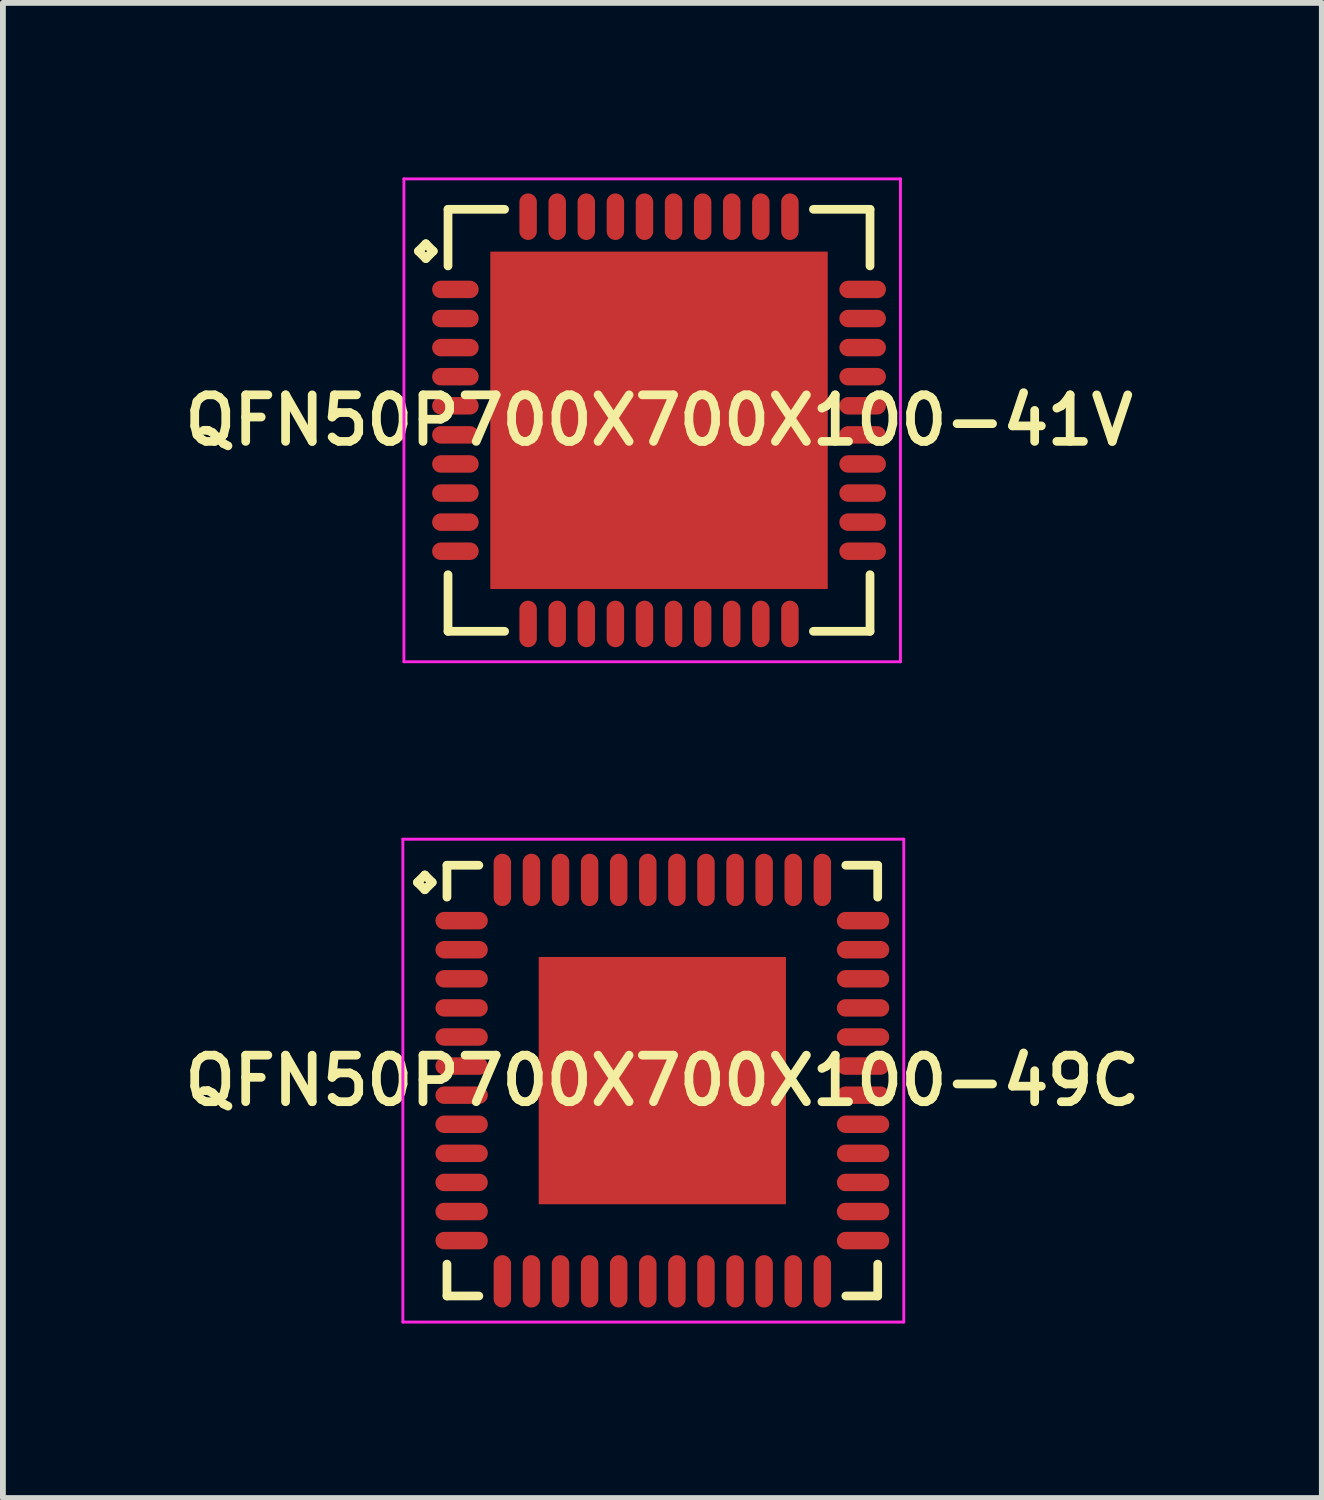
<source format=kicad_pcb>
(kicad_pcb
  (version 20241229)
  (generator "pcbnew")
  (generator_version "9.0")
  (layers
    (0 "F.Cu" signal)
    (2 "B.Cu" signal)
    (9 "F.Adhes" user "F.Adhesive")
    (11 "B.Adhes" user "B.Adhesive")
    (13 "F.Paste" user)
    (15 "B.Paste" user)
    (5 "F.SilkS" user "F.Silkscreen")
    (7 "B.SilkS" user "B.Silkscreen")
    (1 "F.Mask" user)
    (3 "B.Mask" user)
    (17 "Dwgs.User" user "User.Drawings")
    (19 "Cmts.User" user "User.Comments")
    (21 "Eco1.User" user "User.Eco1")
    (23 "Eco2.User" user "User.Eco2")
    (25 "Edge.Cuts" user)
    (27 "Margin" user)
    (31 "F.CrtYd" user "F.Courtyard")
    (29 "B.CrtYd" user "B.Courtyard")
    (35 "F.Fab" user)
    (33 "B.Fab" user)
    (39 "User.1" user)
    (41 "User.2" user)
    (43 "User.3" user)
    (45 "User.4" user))
  (footprint "QFN50P700X700X100-49C"
    (layer "F.Cu")
    (at 8.335 15.525)
    (property "Reference" "QFN50P700X700X100-49C" (at 0 0 0) (layer "F.SilkS") (effects (font (size 0.8 0.8) (thickness 0.15))))
    (attr smd)
    (fp_line (start -4.21 -3.408) (end -4.083 -3.535) (stroke (width 0.15) (type solid)) (layer "F.SilkS"))
    (fp_line (start -4.083 -3.535) (end -3.956 -3.408) (stroke (width 0.15) (type solid)) (layer "F.SilkS"))
    (fp_line (start -4.083 -3.281) (end -4.21 -3.408) (stroke (width 0.15) (type solid)) (layer "F.SilkS"))
    (fp_line (start -3.956 -3.408) (end -4.083 -3.281) (stroke (width 0.15) (type solid)) (layer "F.SilkS"))
    (fp_line (start -3.702 -3.702) (end -3.154 -3.702) (stroke (width 0.15) (type solid)) (layer "F.SilkS"))
    (fp_line (start -3.702 -3.154) (end -3.702 -3.702) (stroke (width 0.15) (type solid)) (layer "F.SilkS"))
    (fp_line (start -3.702 3.154) (end -3.702 3.702) (stroke (width 0.15) (type solid)) (layer "F.SilkS"))
    (fp_line (start -3.702 3.702) (end -3.154 3.702) (stroke (width 0.15) (type solid)) (layer "F.SilkS"))
    (fp_line (start 3.154 -3.702) (end 3.702 -3.702) (stroke (width 0.15) (type solid)) (layer "F.SilkS"))
    (fp_line (start 3.154 3.702) (end 3.702 3.702) (stroke (width 0.15) (type solid)) (layer "F.SilkS"))
    (fp_line (start 3.702 -3.702) (end 3.702 -3.154) (stroke (width 0.15) (type solid)) (layer "F.SilkS"))
    (fp_line (start 3.702 3.702) (end 3.702 3.154) (stroke (width 0.15) (type solid)) (layer "F.SilkS"))
    (fp_line (start -4.46 -4.15) (end 4.15 -4.15) (stroke (width 0.05) (type solid)) (layer "F.CrtYd"))
    (fp_line (start -4.46 4.15) (end -4.46 -4.15) (stroke (width 0.05) (type solid)) (layer "F.CrtYd"))
    (fp_line (start 4.15 -4.15) (end 4.15 4.15) (stroke (width 0.05) (type solid)) (layer "F.CrtYd"))
    (fp_line (start 4.15 4.15) (end -4.46 4.15) (stroke (width 0.05) (type solid)) (layer "F.CrtYd"))
    (pad "1" smd oval (at -3.45 -2.75) (size 0.9 0.3) (layers "F.Cu" "F.Mask" "F.Paste"))
    (pad "2" smd oval (at -3.45 -2.25) (size 0.9 0.3) (layers "F.Cu" "F.Mask" "F.Paste"))
    (pad "3" smd oval (at -3.45 -1.75) (size 0.9 0.3) (layers "F.Cu" "F.Mask" "F.Paste"))
    (pad "4" smd oval (at -3.45 -1.25) (size 0.9 0.3) (layers "F.Cu" "F.Mask" "F.Paste"))
    (pad "5" smd oval (at -3.45 -0.75) (size 0.9 0.3) (layers "F.Cu" "F.Mask" "F.Paste"))
    (pad "6" smd oval (at -3.45 -0.25) (size 0.9 0.3) (layers "F.Cu" "F.Mask" "F.Paste"))
    (pad "7" smd oval (at -3.45 0.25) (size 0.9 0.3) (layers "F.Cu" "F.Mask" "F.Paste"))
    (pad "8" smd oval (at -3.45 0.75) (size 0.9 0.3) (layers "F.Cu" "F.Mask" "F.Paste"))
    (pad "9" smd oval (at -3.45 1.25) (size 0.9 0.3) (layers "F.Cu" "F.Mask" "F.Paste"))
    (pad "10" smd oval (at -3.45 1.75) (size 0.9 0.3) (layers "F.Cu" "F.Mask" "F.Paste"))
    (pad "11" smd oval (at -3.45 2.25) (size 0.9 0.3) (layers "F.Cu" "F.Mask" "F.Paste"))
    (pad "12" smd oval (at -3.45 2.75) (size 0.9 0.3) (layers "F.Cu" "F.Mask" "F.Paste"))
    (pad "13" smd oval (at -2.75 3.45) (size 0.3 0.9) (layers "F.Cu" "F.Mask" "F.Paste"))
    (pad "14" smd oval (at -2.25 3.45) (size 0.3 0.9) (layers "F.Cu" "F.Mask" "F.Paste"))
    (pad "15" smd oval (at -1.75 3.45) (size 0.3 0.9) (layers "F.Cu" "F.Mask" "F.Paste"))
    (pad "16" smd oval (at -1.25 3.45) (size 0.3 0.9) (layers "F.Cu" "F.Mask" "F.Paste"))
    (pad "17" smd oval (at -0.75 3.45) (size 0.3 0.9) (layers "F.Cu" "F.Mask" "F.Paste"))
    (pad "18" smd oval (at -0.25 3.45) (size 0.3 0.9) (layers "F.Cu" "F.Mask" "F.Paste"))
    (pad "19" smd oval (at 0.25 3.45) (size 0.3 0.9) (layers "F.Cu" "F.Mask" "F.Paste"))
    (pad "20" smd oval (at 0.75 3.45) (size 0.3 0.9) (layers "F.Cu" "F.Mask" "F.Paste"))
    (pad "21" smd oval (at 1.25 3.45) (size 0.3 0.9) (layers "F.Cu" "F.Mask" "F.Paste"))
    (pad "22" smd oval (at 1.75 3.45) (size 0.3 0.9) (layers "F.Cu" "F.Mask" "F.Paste"))
    (pad "23" smd oval (at 2.25 3.45) (size 0.3 0.9) (layers "F.Cu" "F.Mask" "F.Paste"))
    (pad "24" smd oval (at 2.75 3.45) (size 0.3 0.9) (layers "F.Cu" "F.Mask" "F.Paste"))
    (pad "25" smd oval (at 3.45 2.75) (size 0.9 0.3) (layers "F.Cu" "F.Mask" "F.Paste"))
    (pad "26" smd oval (at 3.45 2.25) (size 0.9 0.3) (layers "F.Cu" "F.Mask" "F.Paste"))
    (pad "27" smd oval (at 3.45 1.75) (size 0.9 0.3) (layers "F.Cu" "F.Mask" "F.Paste"))
    (pad "28" smd oval (at 3.45 1.25) (size 0.9 0.3) (layers "F.Cu" "F.Mask" "F.Paste"))
    (pad "29" smd oval (at 3.45 0.75) (size 0.9 0.3) (layers "F.Cu" "F.Mask" "F.Paste"))
    (pad "30" smd oval (at 3.45 0.25) (size 0.9 0.3) (layers "F.Cu" "F.Mask" "F.Paste"))
    (pad "31" smd oval (at 3.45 -0.25) (size 0.9 0.3) (layers "F.Cu" "F.Mask" "F.Paste"))
    (pad "32" smd oval (at 3.45 -0.75) (size 0.9 0.3) (layers "F.Cu" "F.Mask" "F.Paste"))
    (pad "33" smd oval (at 3.45 -1.25) (size 0.9 0.3) (layers "F.Cu" "F.Mask" "F.Paste"))
    (pad "34" smd oval (at 3.45 -1.75) (size 0.9 0.3) (layers "F.Cu" "F.Mask" "F.Paste"))
    (pad "35" smd oval (at 3.45 -2.25) (size 0.9 0.3) (layers "F.Cu" "F.Mask" "F.Paste"))
    (pad "36" smd oval (at 3.45 -2.75) (size 0.9 0.3) (layers "F.Cu" "F.Mask" "F.Paste"))
    (pad "37" smd oval (at 2.75 -3.45) (size 0.3 0.9) (layers "F.Cu" "F.Mask" "F.Paste"))
    (pad "38" smd oval (at 2.25 -3.45) (size 0.3 0.9) (layers "F.Cu" "F.Mask" "F.Paste"))
    (pad "39" smd oval (at 1.75 -3.45) (size 0.3 0.9) (layers "F.Cu" "F.Mask" "F.Paste"))
    (pad "40" smd oval (at 1.25 -3.45) (size 0.3 0.9) (layers "F.Cu" "F.Mask" "F.Paste"))
    (pad "41" smd oval (at 0.75 -3.45) (size 0.3 0.9) (layers "F.Cu" "F.Mask" "F.Paste"))
    (pad "42" smd oval (at 0.25 -3.45) (size 0.3 0.9) (layers "F.Cu" "F.Mask" "F.Paste"))
    (pad "43" smd oval (at -0.25 -3.45) (size 0.3 0.9) (layers "F.Cu" "F.Mask" "F.Paste"))
    (pad "44" smd oval (at -0.75 -3.45) (size 0.3 0.9) (layers "F.Cu" "F.Mask" "F.Paste"))
    (pad "45" smd oval (at -1.25 -3.45) (size 0.3 0.9) (layers "F.Cu" "F.Mask" "F.Paste"))
    (pad "46" smd oval (at -1.75 -3.45) (size 0.3 0.9) (layers "F.Cu" "F.Mask" "F.Paste"))
    (pad "47" smd oval (at -2.25 -3.45) (size 0.3 0.9) (layers "F.Cu" "F.Mask" "F.Paste"))
    (pad "48" smd oval (at -2.75 -3.45) (size 0.3 0.9) (layers "F.Cu" "F.Mask" "F.Paste"))
    (pad "49" smd rect (at 0 0) (size 4.25 4.25) (layers "F.Cu" "F.Mask" "F.Paste")))
  (footprint "QFN50P700X700X100-41V"
    (layer "F.Cu")
    (at 8.278 4.175)
    (property "Reference" "QFN50P700X700X100-41V" (at 0 0 0) (layer "F.SilkS") (effects (font (size 0.8 0.8) (thickness 0.15))))
    (attr smd)
    (fp_line (start -4.135 -2.908) (end -4.008 -3.035) (stroke (width 0.15) (type solid)) (layer "F.SilkS"))
    (fp_line (start -4.008 -3.035) (end -3.881 -2.908) (stroke (width 0.15) (type solid)) (layer "F.SilkS"))
    (fp_line (start -4.008 -2.781) (end -4.135 -2.908) (stroke (width 0.15) (type solid)) (layer "F.SilkS"))
    (fp_line (start -3.881 -2.908) (end -4.008 -2.781) (stroke (width 0.15) (type solid)) (layer "F.SilkS"))
    (fp_line (start -3.627 -3.627) (end -2.654 -3.627) (stroke (width 0.15) (type solid)) (layer "F.SilkS"))
    (fp_line (start -3.627 -2.654) (end -3.627 -3.627) (stroke (width 0.15) (type solid)) (layer "F.SilkS"))
    (fp_line (start -3.627 2.654) (end -3.627 3.627) (stroke (width 0.15) (type solid)) (layer "F.SilkS"))
    (fp_line (start -3.627 3.627) (end -2.654 3.627) (stroke (width 0.15) (type solid)) (layer "F.SilkS"))
    (fp_line (start 2.654 -3.627) (end 3.627 -3.627) (stroke (width 0.15) (type solid)) (layer "F.SilkS"))
    (fp_line (start 2.654 3.627) (end 3.627 3.627) (stroke (width 0.15) (type solid)) (layer "F.SilkS"))
    (fp_line (start 3.627 -3.627) (end 3.627 -2.654) (stroke (width 0.15) (type solid)) (layer "F.SilkS"))
    (fp_line (start 3.627 3.627) (end 3.627 2.654) (stroke (width 0.15) (type solid)) (layer "F.SilkS"))
    (fp_line (start -4.385 -4.15) (end 4.15 -4.15) (stroke (width 0.05) (type solid)) (layer "F.CrtYd"))
    (fp_line (start -4.385 4.15) (end -4.385 -4.15) (stroke (width 0.05) (type solid)) (layer "F.CrtYd"))
    (fp_line (start 4.15 -4.15) (end 4.15 4.15) (stroke (width 0.05) (type solid)) (layer "F.CrtYd"))
    (fp_line (start 4.15 4.15) (end -4.385 4.15) (stroke (width 0.05) (type solid)) (layer "F.CrtYd"))
    (pad "1" smd oval (at -3.5 -2.25) (size 0.8 0.3) (layers "F.Cu" "F.Mask" "F.Paste"))
    (pad "2" smd oval (at -3.5 -1.75) (size 0.8 0.3) (layers "F.Cu" "F.Mask" "F.Paste"))
    (pad "3" smd oval (at -3.5 -1.25) (size 0.8 0.3) (layers "F.Cu" "F.Mask" "F.Paste"))
    (pad "4" smd oval (at -3.5 -0.75) (size 0.8 0.3) (layers "F.Cu" "F.Mask" "F.Paste"))
    (pad "5" smd oval (at -3.5 -0.25) (size 0.8 0.3) (layers "F.Cu" "F.Mask" "F.Paste"))
    (pad "6" smd oval (at -3.5 0.25) (size 0.8 0.3) (layers "F.Cu" "F.Mask" "F.Paste"))
    (pad "7" smd oval (at -3.5 0.75) (size 0.8 0.3) (layers "F.Cu" "F.Mask" "F.Paste"))
    (pad "8" smd oval (at -3.5 1.25) (size 0.8 0.3) (layers "F.Cu" "F.Mask" "F.Paste"))
    (pad "9" smd oval (at -3.5 1.75) (size 0.8 0.3) (layers "F.Cu" "F.Mask" "F.Paste"))
    (pad "10" smd oval (at -3.5 2.25) (size 0.8 0.3) (layers "F.Cu" "F.Mask" "F.Paste"))
    (pad "11" smd oval (at -2.25 3.5) (size 0.3 0.8) (layers "F.Cu" "F.Mask" "F.Paste"))
    (pad "12" smd oval (at -1.75 3.5) (size 0.3 0.8) (layers "F.Cu" "F.Mask" "F.Paste"))
    (pad "13" smd oval (at -1.25 3.5) (size 0.3 0.8) (layers "F.Cu" "F.Mask" "F.Paste"))
    (pad "14" smd oval (at -0.75 3.5) (size 0.3 0.8) (layers "F.Cu" "F.Mask" "F.Paste"))
    (pad "15" smd oval (at -0.25 3.5) (size 0.3 0.8) (layers "F.Cu" "F.Mask" "F.Paste"))
    (pad "16" smd oval (at 0.25 3.5) (size 0.3 0.8) (layers "F.Cu" "F.Mask" "F.Paste"))
    (pad "17" smd oval (at 0.75 3.5) (size 0.3 0.8) (layers "F.Cu" "F.Mask" "F.Paste"))
    (pad "18" smd oval (at 1.25 3.5) (size 0.3 0.8) (layers "F.Cu" "F.Mask" "F.Paste"))
    (pad "19" smd oval (at 1.75 3.5) (size 0.3 0.8) (layers "F.Cu" "F.Mask" "F.Paste"))
    (pad "20" smd oval (at 2.25 3.5) (size 0.3 0.8) (layers "F.Cu" "F.Mask" "F.Paste"))
    (pad "21" smd oval (at 3.5 2.25) (size 0.8 0.3) (layers "F.Cu" "F.Mask" "F.Paste"))
    (pad "22" smd oval (at 3.5 1.75) (size 0.8 0.3) (layers "F.Cu" "F.Mask" "F.Paste"))
    (pad "23" smd oval (at 3.5 1.25) (size 0.8 0.3) (layers "F.Cu" "F.Mask" "F.Paste"))
    (pad "24" smd oval (at 3.5 0.75) (size 0.8 0.3) (layers "F.Cu" "F.Mask" "F.Paste"))
    (pad "25" smd oval (at 3.5 0.25) (size 0.8 0.3) (layers "F.Cu" "F.Mask" "F.Paste"))
    (pad "26" smd oval (at 3.5 -0.25) (size 0.8 0.3) (layers "F.Cu" "F.Mask" "F.Paste"))
    (pad "27" smd oval (at 3.5 -0.75) (size 0.8 0.3) (layers "F.Cu" "F.Mask" "F.Paste"))
    (pad "28" smd oval (at 3.5 -1.25) (size 0.8 0.3) (layers "F.Cu" "F.Mask" "F.Paste"))
    (pad "29" smd oval (at 3.5 -1.75) (size 0.8 0.3) (layers "F.Cu" "F.Mask" "F.Paste"))
    (pad "30" smd oval (at 3.5 -2.25) (size 0.8 0.3) (layers "F.Cu" "F.Mask" "F.Paste"))
    (pad "31" smd oval (at 2.25 -3.5) (size 0.3 0.8) (layers "F.Cu" "F.Mask" "F.Paste"))
    (pad "32" smd oval (at 1.75 -3.5) (size 0.3 0.8) (layers "F.Cu" "F.Mask" "F.Paste"))
    (pad "33" smd oval (at 1.25 -3.5) (size 0.3 0.8) (layers "F.Cu" "F.Mask" "F.Paste"))
    (pad "34" smd oval (at 0.75 -3.5) (size 0.3 0.8) (layers "F.Cu" "F.Mask" "F.Paste"))
    (pad "35" smd oval (at 0.25 -3.5) (size 0.3 0.8) (layers "F.Cu" "F.Mask" "F.Paste"))
    (pad "36" smd oval (at -0.25 -3.5) (size 0.3 0.8) (layers "F.Cu" "F.Mask" "F.Paste"))
    (pad "37" smd oval (at -0.75 -3.5) (size 0.3 0.8) (layers "F.Cu" "F.Mask" "F.Paste"))
    (pad "38" smd oval (at -1.25 -3.5) (size 0.3 0.8) (layers "F.Cu" "F.Mask" "F.Paste"))
    (pad "39" smd oval (at -1.75 -3.5) (size 0.3 0.8) (layers "F.Cu" "F.Mask" "F.Paste"))
    (pad "40" smd oval (at -2.25 -3.5) (size 0.3 0.8) (layers "F.Cu" "F.Mask" "F.Paste"))
    (pad "41" smd rect (at 0 0) (size 5.8 5.8) (layers "F.Cu" "F.Mask" "F.Paste")))
  (gr_rect
    (start -3 -3)
    (end 19.671 22.7)
    (stroke (width 0.1) (type default))
    (fill no)
    (layer "Edge.Cuts")))
</source>
